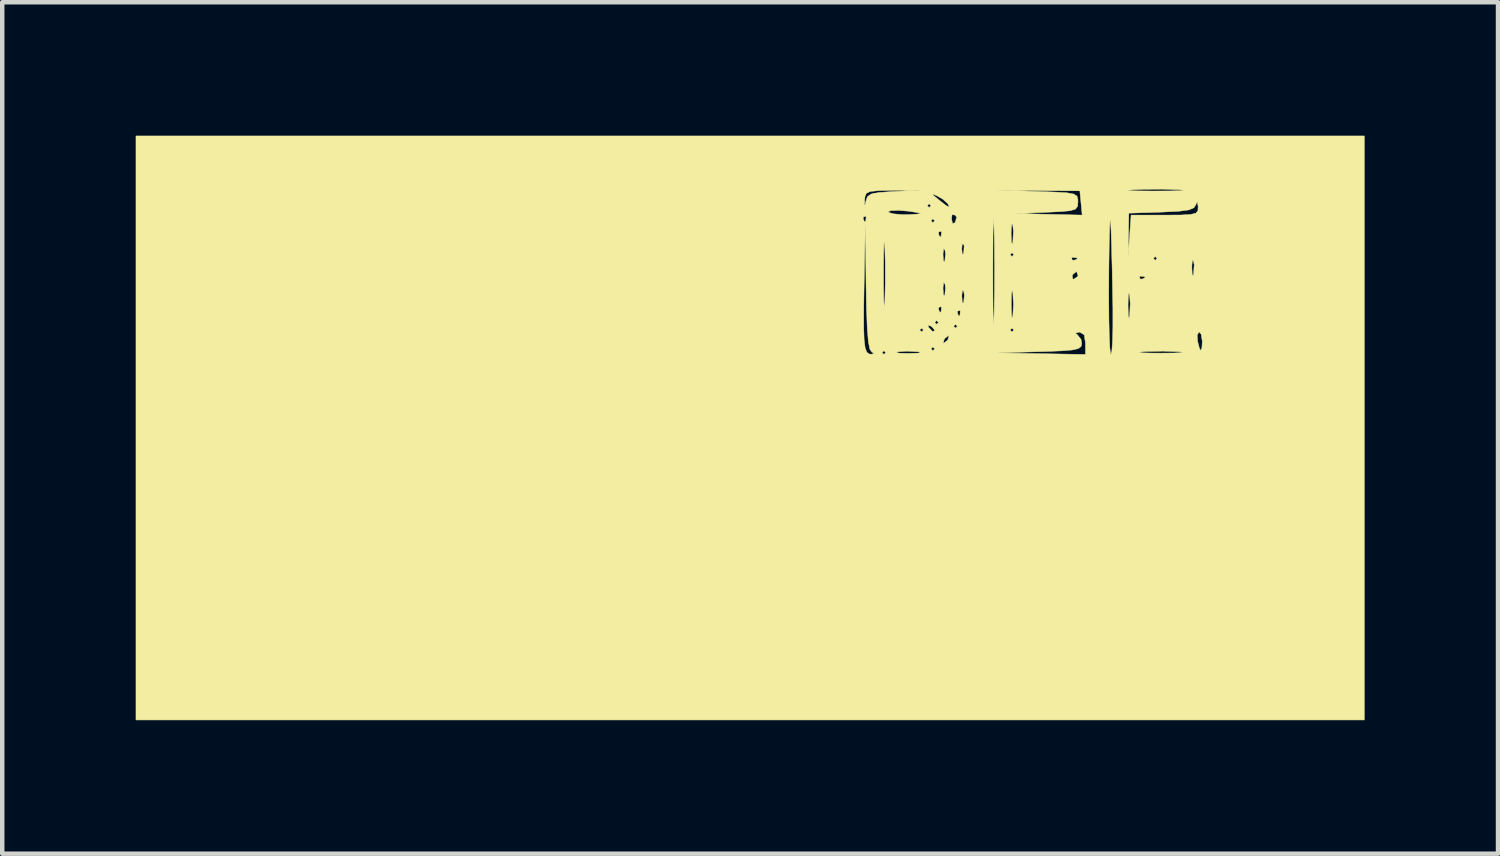
<source format=kicad_pcb>
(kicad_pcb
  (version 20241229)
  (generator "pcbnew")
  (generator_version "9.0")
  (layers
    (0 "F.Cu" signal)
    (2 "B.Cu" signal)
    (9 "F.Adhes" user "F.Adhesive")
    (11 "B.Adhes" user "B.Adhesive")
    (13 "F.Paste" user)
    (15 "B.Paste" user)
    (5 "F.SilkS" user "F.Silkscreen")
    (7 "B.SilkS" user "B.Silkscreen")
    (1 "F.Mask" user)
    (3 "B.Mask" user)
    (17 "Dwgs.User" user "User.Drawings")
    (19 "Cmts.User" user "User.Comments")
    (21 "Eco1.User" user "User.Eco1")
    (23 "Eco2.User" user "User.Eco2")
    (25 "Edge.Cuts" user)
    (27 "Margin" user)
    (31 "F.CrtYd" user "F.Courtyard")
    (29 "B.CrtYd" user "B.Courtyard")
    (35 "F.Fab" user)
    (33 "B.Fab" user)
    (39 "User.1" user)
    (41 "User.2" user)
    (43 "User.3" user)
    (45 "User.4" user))
  (footprint "dee"
    (layer "F.Cu")
    (at 13.806 6.524)
    (property "Reference" "dee" (at 0 0 0) (layer "F.SilkS") (effects (font (size 1.524 1.524) (thickness 0.3))))
    (attr through_hole)
    (fp_poly (pts (xy 13.801 6.604) (xy -13.801 6.604) (xy -13.801 -2.216) (xy 2.552 -2.216) (xy 2.562 -1.933) (xy 2.585 -1.754) (xy 2.623 -1.657) (xy 2.679 -1.618) (xy 2.728 -1.615) (xy 2.791 -1.633) (xy 2.757 -1.651) (xy 2.963 -1.651) (xy 3.006 -1.609) (xy 3.048 -1.651) (xy 3.271 -1.651) (xy 3.367 -1.638) (xy 3.556 -1.634) (xy 3.765 -1.639) (xy 3.797 -1.645) (xy 5.546 -1.645) (xy 6.54 -1.627) (xy 7.535 -1.609) (xy 7.535 -1.863) (xy 7.507 -2.051) (xy 7.408 -2.11) (xy 7.387 -2.11) (xy 7.307 -2.088) (xy 7.345 -2.061) (xy 7.434 -1.95) (xy 7.451 -1.858) (xy 7.437 -1.789) (xy 7.375 -1.741) (xy 7.238 -1.71) (xy 6.997 -1.69) (xy 6.622 -1.675) (xy 6.498 -1.672) (xy 5.546 -1.645) (xy 3.797 -1.645) (xy 3.843 -1.653) (xy 3.789 -1.669) (xy 3.515 -1.683) (xy 3.323 -1.669) (xy 3.271 -1.651) (xy 3.048 -1.651) (xy 3.048 -1.651) (xy 3.006 -1.693) (xy 2.963 -1.651) (xy 2.757 -1.651) (xy 2.731 -1.665) (xy 2.687 -1.734) (xy 2.687 -1.736) (xy 4.064 -1.736) (xy 4.106 -1.693) (xy 4.149 -1.736) (xy 4.106 -1.778) (xy 4.064 -1.736) (xy 2.687 -1.736) (xy 2.663 -1.868) (xy 4.339 -1.868) (xy 4.35 -1.863) (xy 4.428 -1.922) (xy 4.445 -1.947) (xy 4.467 -2.026) (xy 4.455 -2.032) (xy 4.378 -1.972) (xy 4.36 -1.947) (xy 4.339 -1.868) (xy 2.663 -1.868) (xy 2.655 -1.911) (xy 2.635 -2.159) (xy 3.81 -2.159) (xy 3.852 -2.117) (xy 3.895 -2.159) (xy 3.852 -2.201) (xy 3.81 -2.159) (xy 2.635 -2.159) (xy 2.631 -2.214) (xy 2.629 -2.262) (xy 3.993 -2.262) (xy 4.014 -2.214) (xy 4.099 -2.124) (xy 4.148 -2.142) (xy 4.149 -2.154) (xy 4.144 -2.159) (xy 5.842 -2.159) (xy 5.884 -2.117) (xy 5.927 -2.159) (xy 5.884 -2.201) (xy 5.842 -2.159) (xy 4.144 -2.159) (xy 4.089 -2.226) (xy 4.063 -2.244) (xy 4.572 -2.244) (xy 4.614 -2.201) (xy 4.657 -2.244) (xy 4.614 -2.286) (xy 4.572 -2.244) (xy 4.063 -2.244) (xy 4.051 -2.252) (xy 3.993 -2.262) (xy 2.629 -2.262) (xy 2.627 -2.328) (xy 4.149 -2.328) (xy 4.191 -2.286) (xy 4.233 -2.328) (xy 4.191 -2.371) (xy 4.149 -2.328) (xy 2.627 -2.328) (xy 2.619 -2.54) (xy 4.657 -2.54) (xy 4.688 -2.47) (xy 4.713 -2.484) (xy 4.723 -2.584) (xy 4.713 -2.596) (xy 4.663 -2.585) (xy 4.657 -2.54) (xy 2.619 -2.54) (xy 2.616 -2.625) (xy 4.233 -2.625) (xy 4.264 -2.555) (xy 4.29 -2.568) (xy 4.3 -2.669) (xy 4.29 -2.681) (xy 4.239 -2.669) (xy 4.233 -2.625) (xy 2.616 -2.625) (xy 2.614 -2.657) (xy 2.606 -3.119) (xy 2.602 -3.429) (xy 2.997 -3.429) (xy 2.998 -3.057) (xy 3.003 -2.806) (xy 3.011 -2.69) (xy 3.02 -2.721) (xy 3.026 -2.811) (xy 3.029 -2.921) (xy 4.758 -2.921) (xy 4.767 -2.776) (xy 4.793 -2.764) (xy 4.797 -2.771) (xy 4.814 -2.939) (xy 4.8 -3.025) (xy 4.773 -3.06) (xy 4.758 -2.947) (xy 4.758 -2.921) (xy 3.029 -2.921) (xy 3.034 -3.09) (xy 4.335 -3.09) (xy 4.344 -2.946) (xy 4.37 -2.933) (xy 4.374 -2.941) (xy 4.39 -3.109) (xy 4.377 -3.195) (xy 4.35 -3.229) (xy 4.335 -3.117) (xy 4.335 -3.09) (xy 3.034 -3.09) (xy 3.037 -3.211) (xy 3.037 -3.471) (xy 5.455 -3.471) (xy 5.456 -2.987) (xy 5.459 -2.623) (xy 5.463 -2.389) (xy 5.469 -2.296) (xy 5.476 -2.354) (xy 5.482 -2.519) (xy 5.486 -2.752) (xy 5.868 -2.752) (xy 5.873 -2.527) (xy 5.885 -2.428) (xy 5.902 -2.475) (xy 5.917 -2.732) (xy 5.909 -2.877) (xy 8.058 -2.877) (xy 8.062 -2.407) (xy 8.07 -2.025) (xy 8.083 -1.754) (xy 8.1 -1.619) (xy 8.107 -1.609) (xy 8.12 -1.658) (xy 8.733 -1.658) (xy 8.793 -1.647) (xy 8.99 -1.641) (xy 9.229 -1.639) (xy 9.523 -1.642) (xy 9.691 -1.65) (xy 9.717 -1.661) (xy 9.631 -1.671) (xy 9.276 -1.684) (xy 8.903 -1.676) (xy 8.826 -1.671) (xy 8.733 -1.658) (xy 8.12 -1.658) (xy 8.128 -1.688) (xy 8.143 -1.907) (xy 8.147 -2.046) (xy 10.046 -2.046) (xy 10.055 -1.905) (xy 10.096 -1.746) (xy 10.128 -1.693) (xy 10.152 -1.766) (xy 10.16 -1.905) (xy 10.135 -2.064) (xy 10.087 -2.117) (xy 10.046 -2.046) (xy 8.147 -2.046) (xy 8.151 -2.235) (xy 8.151 -2.642) (xy 8.15 -2.709) (xy 8.492 -2.709) (xy 8.497 -2.5) (xy 8.511 -2.422) (xy 8.527 -2.477) (xy 8.541 -2.75) (xy 8.527 -2.942) (xy 8.509 -2.995) (xy 8.496 -2.899) (xy 8.492 -2.709) (xy 8.15 -2.709) (xy 8.148 -2.815) (xy 8.138 -3.358) (xy 8.749 -3.358) (xy 8.761 -3.308) (xy 8.805 -3.302) (xy 8.875 -3.333) (xy 8.862 -3.358) (xy 8.761 -3.369) (xy 8.749 -3.358) (xy 8.138 -3.358) (xy 8.135 -3.511) (xy 8.134 -3.556) (xy 9.926 -3.556) (xy 9.934 -3.402) (xy 9.956 -3.384) (xy 9.964 -3.408) (xy 9.978 -3.623) (xy 9.964 -3.704) (xy 9.94 -3.731) (xy 9.926 -3.613) (xy 9.926 -3.556) (xy 8.134 -3.556) (xy 8.128 -3.768) (xy 9.059 -3.768) (xy 9.102 -3.725) (xy 9.144 -3.768) (xy 9.102 -3.81) (xy 9.059 -3.768) (xy 8.128 -3.768) (xy 8.127 -3.809) (xy 8.495 -3.809) (xy 8.527 -4.275) (xy 8.56 -4.741) (xy 9.318 -4.741) (xy 9.677 -4.743) (xy 9.9 -4.755) (xy 10.017 -4.785) (xy 10.062 -4.841) (xy 10.066 -4.931) (xy 10.066 -4.932) (xy 10.05 -5.044) (xy 10.022 -4.993) (xy 10.018 -4.977) (xy 9.971 -4.905) (xy 9.857 -4.857) (xy 9.643 -4.828) (xy 9.295 -4.81) (xy 9.244 -4.808) (xy 8.509 -4.784) (xy 8.502 -4.296) (xy 8.495 -3.809) (xy 8.127 -3.809) (xy 8.122 -4.04) (xy 8.11 -4.403) (xy 8.098 -4.598) (xy 8.088 -4.626) (xy 8.079 -4.485) (xy 8.07 -4.176) (xy 8.063 -3.699) (xy 8.06 -3.408) (xy 8.058 -2.877) (xy 5.909 -2.877) (xy 5.903 -2.983) (xy 5.886 -3.053) (xy 5.873 -2.971) (xy 5.868 -2.755) (xy 5.868 -2.752) (xy 5.486 -2.752) (xy 5.491 -3.044) (xy 5.492 -3.387) (xy 7.239 -3.387) (xy 7.246 -3.309) (xy 7.276 -3.302) (xy 7.363 -3.363) (xy 7.366 -3.387) (xy 7.337 -3.469) (xy 7.329 -3.471) (xy 7.256 -3.412) (xy 7.239 -3.387) (xy 5.492 -3.387) (xy 5.493 -3.64) (xy 5.491 -3.782) (xy 7.225 -3.782) (xy 7.237 -3.731) (xy 7.281 -3.725) (xy 7.351 -3.756) (xy 7.338 -3.782) (xy 7.237 -3.792) (xy 7.225 -3.782) (xy 5.491 -3.782) (xy 5.491 -3.852) (xy 5.842 -3.852) (xy 5.884 -3.81) (xy 5.927 -3.852) (xy 5.884 -3.895) (xy 5.842 -3.852) (xy 5.491 -3.852) (xy 5.487 -4.208) (xy 5.484 -4.318) (xy 5.865 -4.318) (xy 5.872 -4.135) (xy 5.889 -4.085) (xy 5.902 -4.128) (xy 5.916 -4.374) (xy 5.902 -4.508) (xy 5.881 -4.549) (xy 5.868 -4.442) (xy 5.865 -4.318) (xy 5.484 -4.318) (xy 5.482 -4.424) (xy 5.474 -4.611) (xy 5.468 -4.64) (xy 5.462 -4.519) (xy 5.458 -4.26) (xy 5.456 -3.872) (xy 5.455 -3.471) (xy 3.037 -3.471) (xy 3.036 -3.667) (xy 3.031 -3.852) (xy 4.335 -3.852) (xy 4.344 -3.708) (xy 4.37 -3.695) (xy 4.374 -3.703) (xy 4.39 -3.871) (xy 4.377 -3.957) (xy 4.359 -3.979) (xy 4.755 -3.979) (xy 4.768 -3.859) (xy 4.797 -3.873) (xy 4.809 -4.047) (xy 4.797 -4.085) (xy 4.767 -4.096) (xy 4.755 -3.979) (xy 4.359 -3.979) (xy 4.35 -3.991) (xy 4.335 -3.879) (xy 4.335 -3.852) (xy 3.031 -3.852) (xy 3.026 -3.997) (xy 3.016 -4.136) (xy 3.008 -4.118) (xy 3.001 -3.956) (xy 2.997 -3.661) (xy 2.997 -3.429) (xy 2.602 -3.429) (xy 2.59 -4.318) (xy 4.233 -4.318) (xy 4.264 -4.248) (xy 4.29 -4.262) (xy 4.3 -4.362) (xy 4.29 -4.374) (xy 4.239 -4.363) (xy 4.233 -4.318) (xy 2.59 -4.318) (xy 2.587 -4.53) (xy 2.561 -3.178) (xy 2.552 -2.623) (xy 2.552 -2.216) (xy -13.801 -2.216) (xy -13.801 -4.657) (xy 2.54 -4.657) (xy 2.571 -4.587) (xy 2.596 -4.6) (xy 2.598 -4.614) (xy 4.064 -4.614) (xy 4.106 -4.572) (xy 4.149 -4.614) (xy 4.106 -4.657) (xy 4.524 -4.657) (xy 4.551 -4.549) (xy 4.607 -4.573) (xy 4.64 -4.693) (xy 4.607 -4.74) (xy 4.539 -4.753) (xy 4.524 -4.657) (xy 4.106 -4.657) (xy 4.064 -4.614) (xy 2.598 -4.614) (xy 2.607 -4.701) (xy 2.596 -4.713) (xy 2.546 -4.701) (xy 2.54 -4.657) (xy -13.801 -4.657) (xy -13.801 -4.813) (xy 3.099 -4.813) (xy 3.101 -4.808) (xy 3.203 -4.771) (xy 3.415 -4.751) (xy 3.54 -4.751) (xy 3.743 -4.762) (xy 3.829 -4.778) (xy 3.81 -4.789) (xy 3.568 -4.828) (xy 3.334 -4.847) (xy 3.161 -4.842) (xy 3.099 -4.813) (xy -13.801 -4.813) (xy -13.801 -4.949) (xy 2.572 -4.949) (xy 2.574 -4.953) (xy 3.979 -4.953) (xy 4.022 -4.911) (xy 4.064 -4.953) (xy 4.022 -4.995) (xy 3.979 -4.953) (xy 2.574 -4.953) (xy 2.587 -4.983) (xy 2.601 -5.055) (xy 2.635 -5.154) (xy 2.718 -5.214) (xy 2.736 -5.217) (xy 4.1 -5.217) (xy 4.119 -5.184) (xy 4.233 -5.088) (xy 4.411 -4.95) (xy 4.477 -4.921) (xy 4.445 -4.995) (xy 4.333 -5.096) (xy 4.207 -5.17) (xy 4.1 -5.217) (xy 2.736 -5.217) (xy 2.889 -5.248) (xy 3.185 -5.269) (xy 3.244 -5.272) (xy 3.828 -5.301) (xy 5.546 -5.301) (xy 6.456 -5.272) (xy 6.857 -5.258) (xy 7.119 -5.242) (xy 7.27 -5.214) (xy 7.343 -5.169) (xy 7.364 -5.098) (xy 7.366 -5.038) (xy 7.357 -4.937) (xy 7.309 -4.874) (xy 7.186 -4.838) (xy 6.955 -4.818) (xy 6.668 -4.804) (xy 5.969 -4.776) (xy 7.461 -4.741) (xy 7.408 -5.292) (xy 6.477 -5.296) (xy 5.563 -5.301) (xy 8.494 -5.301) (xy 8.526 -5.292) (xy 8.701 -5.285) (xy 9.006 -5.282) (xy 9.102 -5.282) (xy 9.442 -5.284) (xy 9.66 -5.29) (xy 9.742 -5.298) (xy 9.673 -5.309) (xy 9.634 -5.312) (xy 9.264 -5.324) (xy 8.845 -5.321) (xy 8.618 -5.312) (xy 8.494 -5.301) (xy 5.563 -5.301) (xy 5.546 -5.301) (xy 3.828 -5.301) (xy 3.852 -5.302) (xy 3.217 -5.297) (xy 2.894 -5.291) (xy 2.704 -5.273) (xy 2.611 -5.231) (xy 2.579 -5.151) (xy 2.574 -5.08) (xy 2.572 -4.949) (xy -13.801 -4.949) (xy -13.801 -6.519) (xy 13.801 -6.519) (xy 13.801 6.604)) (stroke (width 0.01) (type solid)) (fill yes) (layer "F.SilkS")))
  (gr_rect
    (start -3 -3)
    (end 30.611 16.133)
    (stroke (width 0.1) (type default))
    (fill no)
    (layer "Edge.Cuts")))
</source>
